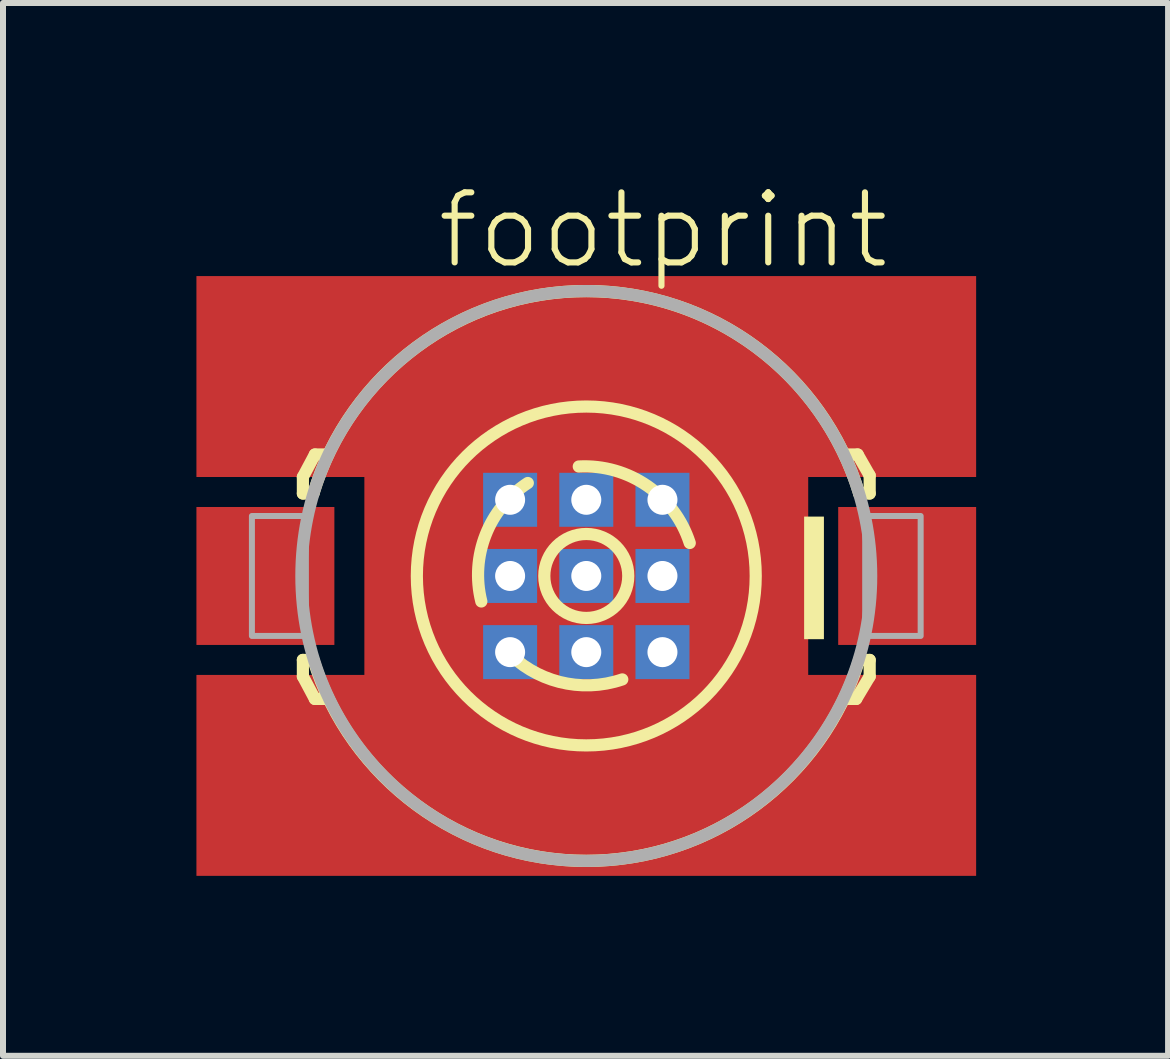
<source format=kicad_pcb>
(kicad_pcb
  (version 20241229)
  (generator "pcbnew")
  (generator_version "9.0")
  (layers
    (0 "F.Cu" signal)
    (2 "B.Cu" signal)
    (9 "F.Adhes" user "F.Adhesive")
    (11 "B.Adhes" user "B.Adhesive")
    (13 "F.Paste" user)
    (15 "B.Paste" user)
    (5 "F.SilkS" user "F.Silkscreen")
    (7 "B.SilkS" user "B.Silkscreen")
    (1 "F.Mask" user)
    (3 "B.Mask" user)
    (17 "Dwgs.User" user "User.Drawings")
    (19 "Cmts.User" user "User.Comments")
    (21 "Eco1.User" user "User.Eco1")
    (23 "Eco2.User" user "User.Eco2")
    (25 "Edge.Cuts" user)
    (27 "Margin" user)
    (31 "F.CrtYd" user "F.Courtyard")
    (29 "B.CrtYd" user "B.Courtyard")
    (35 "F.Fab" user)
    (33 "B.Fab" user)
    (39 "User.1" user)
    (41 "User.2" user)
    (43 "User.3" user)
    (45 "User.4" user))
  (footprint "footprint"
    (layer "F.Cu")
    (at 6.725 6.553)
    (property "Reference" "footprint" (at -2.54 -5.08 0) (layer "F.SilkS") (effects (font (size 1.168 1.168) (thickness 0.102)) (justify left bottom)))
    (fp_circle (center 0 0) (end 1.251 0) (stroke (width 2.502) (type solid)) (fill yes) (layer "F.Mask"))
    (fp_poly (pts (xy -6.725 1.35) (xy -4 1.35) (xy -4 -1.375) (xy -6.725 -1.375)) (stroke (width 0) (type solid)) (fill yes) (layer "F.Mask"))
    (fp_poly (pts (xy 3.975 1.375) (xy 6.7 1.375) (xy 6.7 -1.35) (xy 3.975 -1.35)) (stroke (width 0) (type solid)) (fill yes) (layer "F.Mask"))
    (fp_line (start -4.725 -1.65) (end -4.525 -2.025) (stroke (width 0.203) (type solid)) (layer "F.SilkS"))
    (fp_line (start -4.725 -1.375) (end -4.725 -1.65) (stroke (width 0.203) (type solid)) (layer "F.SilkS"))
    (fp_line (start -4.725 1.4) (end -4.725 1.675) (stroke (width 0.203) (type solid)) (layer "F.SilkS"))
    (fp_line (start -4.725 1.675) (end -4.525 2.05) (stroke (width 0.203) (type solid)) (layer "F.SilkS"))
    (fp_line (start -4.55 -1.375) (end -4.725 -1.375) (stroke (width 0.203) (type solid)) (layer "F.SilkS"))
    (fp_line (start -4.55 1.4) (end -4.725 1.4) (stroke (width 0.203) (type solid)) (layer "F.SilkS"))
    (fp_line (start -4.525 -2.025) (end -4.35 -2.025) (stroke (width 0.203) (type solid)) (layer "F.SilkS"))
    (fp_line (start -4.525 2.05) (end -4.325 2.05) (stroke (width 0.203) (type solid)) (layer "F.SilkS"))
    (fp_line (start 4.5 2.05) (end 4.325 2.05) (stroke (width 0.203) (type solid)) (layer "F.SilkS"))
    (fp_line (start 4.525 -2.025) (end 4.35 -2.025) (stroke (width 0.203) (type solid)) (layer "F.SilkS"))
    (fp_line (start 4.55 -1.375) (end 4.725 -1.375) (stroke (width 0.203) (type solid)) (layer "F.SilkS"))
    (fp_line (start 4.55 1.4) (end 4.725 1.4) (stroke (width 0.203) (type solid)) (layer "F.SilkS"))
    (fp_line (start 4.725 -1.675) (end 4.525 -2.025) (stroke (width 0.203) (type solid)) (layer "F.SilkS"))
    (fp_line (start 4.725 -1.375) (end 4.725 -1.675) (stroke (width 0.203) (type solid)) (layer "F.SilkS"))
    (fp_line (start 4.725 1.4) (end 4.725 1.675) (stroke (width 0.203) (type solid)) (layer "F.SilkS"))
    (fp_line (start 4.725 1.675) (end 4.5 2.05) (stroke (width 0.203) (type solid)) (layer "F.SilkS"))
    (fp_arc (start -4.549999 -1.375002) (mid 0.000001 -4.750027) (end 4.55 -1.375) (stroke (width 0.2032) (type solid)) (layer "F.SilkS"))
    (fp_arc (start -1.750001 0.425001) (mid -1.678031 -0.686315) (end -0.975 -1.55) (stroke (width 0.2032) (type solid)) (layer "F.SilkS"))
    (fp_arc (start -0.125 -1.825) (mid 1.017186 -1.502632) (end 1.725 -0.55) (stroke (width 0.2032) (type solid)) (layer "F.SilkS"))
    (fp_arc (start 0.599999 1.725) (mid -0.449632 1.766061) (end -1.35 1.225) (stroke (width 0.2032) (type solid)) (layer "F.SilkS"))
    (fp_arc (start 4.55 1.4) (mid 0 4.750088) (end -4.55 1.4) (stroke (width 0.2032) (type solid)) (layer "F.SilkS"))
    (fp_circle (center 0 0) (end 0.7 0) (stroke (width 0.203) (type solid)) (fill no) (layer "F.SilkS"))
    (fp_circle (center 0 0) (end 2.825 0) (stroke (width 0.203) (type solid)) (fill no) (layer "F.SilkS"))
    (fp_poly (pts (xy 3.632 1.054) (xy 3.962 1.054) (xy 3.962 -0.99) (xy 3.632 -0.99)) (stroke (width 0) (type solid)) (fill yes) (layer "F.SilkS"))
    (fp_circle (center 0 0) (end 0.887 0) (stroke (width 1.775) (type solid)) (fill yes) (layer "F.Paste"))
    (fp_poly (pts (xy -6.45 1.1) (xy -4.25 1.1) (xy -4.25 -1.1) (xy -6.45 -1.1)) (stroke (width 0) (type solid)) (fill yes) (layer "F.Paste"))
    (fp_poly (pts (xy 4.25 1.1) (xy 6.45 1.1) (xy 6.45 -1.1) (xy 4.25 -1.1)) (stroke (width 0) (type solid)) (fill yes) (layer "F.Paste"))
    (fp_circle (center 0 0) (end 4.75 0) (stroke (width 0.203) (type solid)) (fill no) (layer "F.Fab"))
    (fp_poly (pts (xy -5.575 1) (xy -4.675 1) (xy -4.675 -1) (xy -5.575 -1)) (stroke (width 0.1) (type solid)) (fill no) (layer "F.Fab"))
    (fp_poly (pts (xy 5.575 -1) (xy 4.65 -1) (xy 4.65 1) (xy 5.575 1)) (stroke (width 0.1) (type solid)) (fill no) (layer "F.Fab"))
    (pad "A" smd rect (at -5.35 0) (size 2.3 2.3) (layers "F.Cu"))
    (pad "C" smd rect (at 5.35 0) (size 2.3 2.3) (layers "F.Cu"))
    (pad "TH@1" smd rect (at 0 0) (size 7.4 3.4) (layers "F.Cu"))
    (pad "TH@2" smd rect (at 0 -3.325) (size 13 3.35) (layers "F.Cu"))
    (pad "TH@3" smd rect (at 0 3.325) (size 13 3.35) (layers "F.Cu"))
    (pad "TH@4" thru_hole rect (at -1.27 -1.27) (size 0.9 0.9) (drill 0.5) (layers "*.Cu"))
    (pad "TH@5" thru_hole rect (at 0 -1.27) (size 0.9 0.9) (drill 0.5) (layers "*.Cu"))
    (pad "TH@6" thru_hole rect (at 1.27 -1.27) (size 0.9 0.9) (drill 0.5) (layers "*.Cu"))
    (pad "TH@7" thru_hole rect (at -1.27 0) (size 0.9 0.9) (drill 0.5) (layers "*.Cu"))
    (pad "TH@8" thru_hole rect (at 0 0) (size 0.9 0.9) (drill 0.5) (layers "*.Cu"))
    (pad "TH@9" thru_hole rect (at 1.27 0) (size 0.9 0.9) (drill 0.5) (layers "*.Cu"))
    (pad "TH@10" thru_hole rect (at -1.27 1.27) (size 0.9 0.9) (drill 0.5) (layers "*.Cu"))
    (pad "TH@11" thru_hole rect (at 0 1.27) (size 0.9 0.9) (drill 0.5) (layers "*.Cu"))
    (pad "TH@12" thru_hole rect (at 1.27 1.27) (size 0.9 0.9) (drill 0.5) (layers "*.Cu")))
  (gr_rect
    (start -3 -3)
    (end 16.425 14.553)
    (stroke (width 0.1) (type default))
    (fill no)
    (layer "Edge.Cuts")))
</source>
